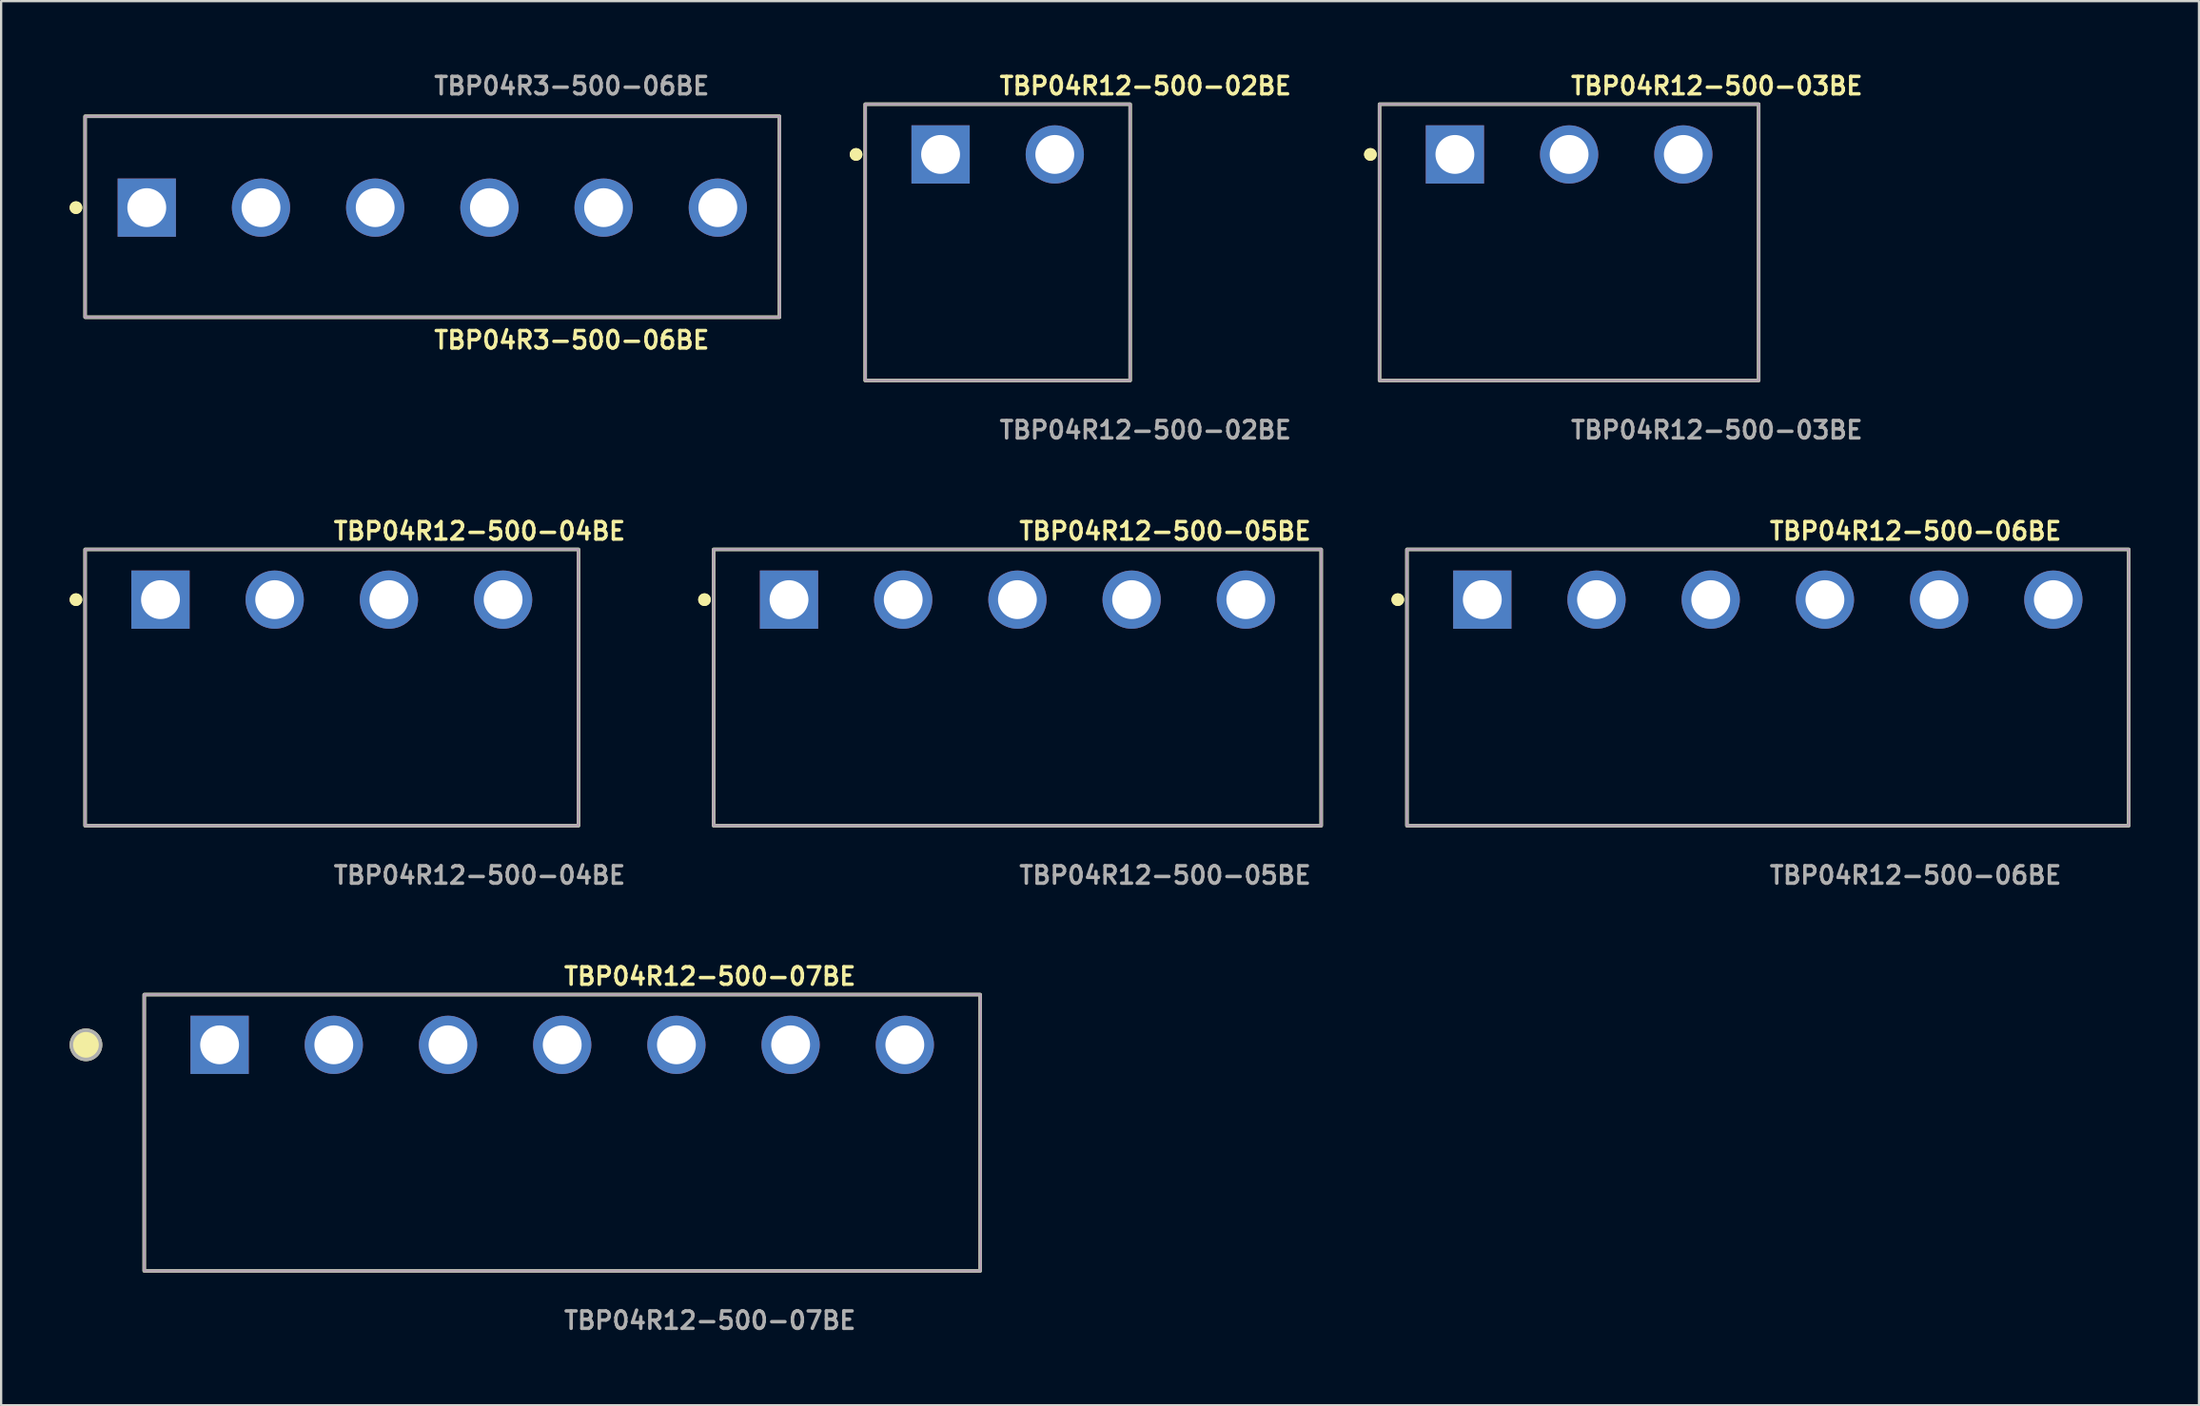
<source format=kicad_pcb>
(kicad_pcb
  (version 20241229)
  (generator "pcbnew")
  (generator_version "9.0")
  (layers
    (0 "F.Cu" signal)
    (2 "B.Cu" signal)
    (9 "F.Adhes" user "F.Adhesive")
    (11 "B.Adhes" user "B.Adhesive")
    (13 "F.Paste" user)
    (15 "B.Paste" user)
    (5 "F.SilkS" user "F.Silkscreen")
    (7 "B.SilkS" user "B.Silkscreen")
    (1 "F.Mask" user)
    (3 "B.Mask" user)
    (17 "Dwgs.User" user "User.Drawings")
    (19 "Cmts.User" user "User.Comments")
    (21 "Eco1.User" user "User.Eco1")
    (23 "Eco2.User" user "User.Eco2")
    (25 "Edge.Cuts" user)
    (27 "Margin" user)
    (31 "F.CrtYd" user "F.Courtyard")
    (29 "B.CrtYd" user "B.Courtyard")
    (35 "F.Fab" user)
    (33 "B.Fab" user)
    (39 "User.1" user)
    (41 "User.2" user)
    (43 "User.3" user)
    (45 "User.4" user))
  (footprint "TBP04R12-500-07BE"
    (layer "F.Cu")
    (at 21.564 42.706)
    (property "Reference" "TBP04R12-500-07BE" (at 0 -3 0) (unlocked yes) (layer "F.SilkS") (effects (font (size 0.762 0.762) (thickness 0.152)) (justify left)))
    (fp_rect (start -18.3 9.9) (end 18.3 -2.2) (stroke (width 0.152) (type solid)) (fill no) (layer "F.SilkS"))
    (fp_circle (center -20.85 0) (end -21.488 0) (stroke (width 0.152) (type solid)) (fill yes) (layer "F.SilkS"))
    (fp_rect (start -18.3 9.9) (end 18.3 -2.2) (stroke (width 0.006) (type solid)) (fill no) (layer "F.CrtYd"))
    (fp_rect (start -18.3 9.9) (end 18.3 -2.2) (stroke (width 0.152) (type solid)) (fill no) (layer "F.Fab"))
    (fp_circle (center -20.85 0) (end -21.488 0) (stroke (width 0.152) (type solid)) (fill no) (layer "F.Fab"))
    (fp_text user "${REFERENCE}" (at 0 12.07 0) (unlocked yes) (layer "F.Fab") (effects (font (size 0.762 0.762) (thickness 0.152)) (justify left)))
    (pad "1" thru_hole rect (at -15 0) (size 2.55 2.55) (drill 1.7) (layers "*.Cu" "*.Mask"))
    (pad "2" thru_hole circle (at -10 0) (size 2.55 2.55) (drill 1.7) (layers "*.Cu" "*.Mask"))
    (pad "3" thru_hole circle (at -5 0) (size 2.55 2.55) (drill 1.7) (layers "*.Cu" "*.Mask"))
    (pad "4" thru_hole circle (at 0 0) (size 2.55 2.55) (drill 1.7) (layers "*.Cu" "*.Mask"))
    (pad "5" thru_hole circle (at 5 0) (size 2.55 2.55) (drill 1.7) (layers "*.Cu" "*.Mask"))
    (pad "6" thru_hole circle (at 10 0) (size 2.55 2.55) (drill 1.7) (layers "*.Cu" "*.Mask"))
    (pad "7" thru_hole circle (at 15 0) (size 2.55 2.55) (drill 1.7) (layers "*.Cu" "*.Mask")))
  (footprint "TBP04R12-500-04BE"
    (layer "F.Cu")
    (at 11.476 23.21)
    (property "Reference" "TBP04R12-500-04BE" (at 0 -3 0) (unlocked yes) (layer "F.SilkS") (effects (font (size 0.762 0.762) (thickness 0.152)) (justify left)))
    (fp_rect (start -10.8 9.9) (end 10.8 -2.2) (stroke (width 0.152) (type solid)) (fill no) (layer "F.SilkS"))
    (fp_circle (center -11.2 0) (end -11.4 0) (stroke (width 0.152) (type solid)) (fill yes) (layer "F.SilkS"))
    (fp_circle (center -11.2 0) (end -11.4 0) (stroke (width 0.152) (type solid)) (fill yes) (layer "F.SilkS"))
    (fp_rect (start -10.8 9.9) (end 10.8 -2.2) (stroke (width 0.006) (type solid)) (fill no) (layer "F.CrtYd"))
    (fp_rect (start -10.8 9.9) (end 10.8 -2.2) (stroke (width 0.152) (type solid)) (fill no) (layer "F.Fab"))
    (fp_text user "${REFERENCE}" (at 0 12.07 0) (unlocked yes) (layer "F.Fab") (effects (font (size 0.762 0.762) (thickness 0.152)) (justify left)))
    (pad "1" thru_hole rect (at -7.5 0) (size 2.55 2.55) (drill 1.7) (layers "*.Cu" "*.Mask"))
    (pad "2" thru_hole circle (at -2.5 0) (size 2.55 2.55) (drill 1.7) (layers "*.Cu" "*.Mask"))
    (pad "3" thru_hole circle (at 2.5 0) (size 2.55 2.55) (drill 1.7) (layers "*.Cu" "*.Mask"))
    (pad "4" thru_hole circle (at 7.5 0) (size 2.55 2.55) (drill 1.7) (layers "*.Cu" "*.Mask")))
  (footprint "TBP04R12-500-06BE"
    (layer "F.Cu")
    (at 74.346 23.21)
    (property "Reference" "TBP04R12-500-06BE" (at 0 -3 0) (unlocked yes) (layer "F.SilkS") (effects (font (size 0.762 0.762) (thickness 0.152)) (justify left)))
    (fp_rect (start -15.8 9.9) (end 15.8 -2.2) (stroke (width 0.152) (type solid)) (fill no) (layer "F.SilkS"))
    (fp_circle (center -16.2 0) (end -16.4 0) (stroke (width 0.152) (type solid)) (fill yes) (layer "F.SilkS"))
    (fp_circle (center -16.2 0) (end -16.4 0) (stroke (width 0.152) (type solid)) (fill yes) (layer "F.SilkS"))
    (fp_rect (start -15.8 9.9) (end 15.8 -2.2) (stroke (width 0.006) (type solid)) (fill no) (layer "F.CrtYd"))
    (fp_rect (start -15.8 9.9) (end 15.8 -2.2) (stroke (width 0.152) (type solid)) (fill no) (layer "F.Fab"))
    (fp_text user "${REFERENCE}" (at 0 12.07 0) (unlocked yes) (layer "F.Fab") (effects (font (size 0.762 0.762) (thickness 0.152)) (justify left)))
    (pad "1" thru_hole rect (at -12.5 0) (size 2.55 2.55) (drill 1.7) (layers "*.Cu" "*.Mask"))
    (pad "2" thru_hole circle (at -7.5 0) (size 2.55 2.55) (drill 1.7) (layers "*.Cu" "*.Mask"))
    (pad "3" thru_hole circle (at -2.5 0) (size 2.55 2.55) (drill 1.7) (layers "*.Cu" "*.Mask"))
    (pad "4" thru_hole circle (at 2.5 0) (size 2.55 2.55) (drill 1.7) (layers "*.Cu" "*.Mask"))
    (pad "5" thru_hole circle (at 7.5 0) (size 2.55 2.55) (drill 1.7) (layers "*.Cu" "*.Mask"))
    (pad "6" thru_hole circle (at 12.5 0) (size 2.55 2.55) (drill 1.7) (layers "*.Cu" "*.Mask")))
  (footprint "TBP04R12-500-05BE"
    (layer "F.Cu")
    (at 41.493 23.21)
    (property "Reference" "TBP04R12-500-05BE" (at 0 -3 0) (unlocked yes) (layer "F.SilkS") (effects (font (size 0.762 0.762) (thickness 0.152)) (justify left)))
    (fp_rect (start -13.3 9.9) (end 13.3 -2.2) (stroke (width 0.152) (type solid)) (fill no) (layer "F.SilkS"))
    (fp_circle (center -13.7 0) (end -13.9 0) (stroke (width 0.152) (type solid)) (fill yes) (layer "F.SilkS"))
    (fp_circle (center -13.7 0) (end -13.9 0) (stroke (width 0.152) (type solid)) (fill yes) (layer "F.SilkS"))
    (fp_rect (start -13.3 9.9) (end 13.3 -2.2) (stroke (width 0.006) (type solid)) (fill no) (layer "F.CrtYd"))
    (fp_rect (start -13.3 9.9) (end 13.3 -2.2) (stroke (width 0.152) (type solid)) (fill no) (layer "F.Fab"))
    (fp_text user "${REFERENCE}" (at 0 12.07 0) (unlocked yes) (layer "F.Fab") (effects (font (size 0.762 0.762) (thickness 0.152)) (justify left)))
    (pad "1" thru_hole rect (at -10 0) (size 2.55 2.55) (drill 1.7) (layers "*.Cu" "*.Mask"))
    (pad "2" thru_hole circle (at -5 0) (size 2.55 2.55) (drill 1.7) (layers "*.Cu" "*.Mask"))
    (pad "3" thru_hole circle (at 0 0) (size 2.55 2.55) (drill 1.7) (layers "*.Cu" "*.Mask"))
    (pad "4" thru_hole circle (at 5 0) (size 2.55 2.55) (drill 1.7) (layers "*.Cu" "*.Mask"))
    (pad "5" thru_hole circle (at 10 0) (size 2.55 2.55) (drill 1.7) (layers "*.Cu" "*.Mask")))
  (footprint "TBP04R12-500-02BE"
    (layer "F.Cu")
    (at 40.629 3.713)
    (property "Reference" "TBP04R12-500-02BE" (at 0 -3 0) (unlocked yes) (layer "F.SilkS") (effects (font (size 0.762 0.762) (thickness 0.152)) (justify left)))
    (fp_rect (start -5.8 9.9) (end 5.8 -2.2) (stroke (width 0.152) (type solid)) (fill no) (layer "F.SilkS"))
    (fp_circle (center -6.2 0) (end -6.4 0) (stroke (width 0.152) (type solid)) (fill yes) (layer "F.SilkS"))
    (fp_circle (center -6.2 0) (end -6.4 0) (stroke (width 0.152) (type solid)) (fill yes) (layer "F.SilkS"))
    (fp_rect (start -5.8 9.9) (end 5.8 -2.2) (stroke (width 0.006) (type solid)) (fill no) (layer "F.CrtYd"))
    (fp_rect (start -5.8 9.9) (end 5.8 -2.2) (stroke (width 0.152) (type solid)) (fill no) (layer "F.Fab"))
    (fp_text user "${REFERENCE}" (at 0 12.07 0) (unlocked yes) (layer "F.Fab") (effects (font (size 0.762 0.762) (thickness 0.152)) (justify left)))
    (pad "1" thru_hole rect (at -2.5 0) (size 2.55 2.55) (drill 1.7) (layers "*.Cu" "*.Mask"))
    (pad "2" thru_hole circle (at 2.5 0) (size 2.55 2.55) (drill 1.7) (layers "*.Cu" "*.Mask")))
  (footprint "TBP04R12-500-03BE"
    (layer "F.Cu")
    (at 65.646 3.713)
    (property "Reference" "TBP04R12-500-03BE" (at 0 -3 0) (unlocked yes) (layer "F.SilkS") (effects (font (size 0.762 0.762) (thickness 0.152)) (justify left)))
    (fp_rect (start -8.3 9.9) (end 8.3 -2.2) (stroke (width 0.152) (type solid)) (fill no) (layer "F.SilkS"))
    (fp_circle (center -8.7 0) (end -8.9 0) (stroke (width 0.152) (type solid)) (fill yes) (layer "F.SilkS"))
    (fp_circle (center -8.7 0) (end -8.9 0) (stroke (width 0.152) (type solid)) (fill yes) (layer "F.SilkS"))
    (fp_rect (start -8.3 9.9) (end 8.3 -2.2) (stroke (width 0.006) (type solid)) (fill no) (layer "F.CrtYd"))
    (fp_rect (start -8.3 9.9) (end 8.3 -2.2) (stroke (width 0.152) (type solid)) (fill no) (layer "F.Fab"))
    (fp_text user "${REFERENCE}" (at 0 12.07 0) (unlocked yes) (layer "F.Fab") (effects (font (size 0.762 0.762) (thickness 0.152)) (justify left)))
    (pad "1" thru_hole rect (at -5 0) (size 2.55 2.55) (drill 1.7) (layers "*.Cu" "*.Mask"))
    (pad "2" thru_hole circle (at 0 0) (size 2.55 2.55) (drill 1.7) (layers "*.Cu" "*.Mask"))
    (pad "3" thru_hole circle (at 5 0) (size 2.55 2.55) (drill 1.7) (layers "*.Cu" "*.Mask")))
  (footprint "TBP04R3-500-06BE"
    (layer "F.Cu")
    (at 15.876 6.043)
    (property "Reference" "TBP04R3-500-06BE" (at 0 5.8 0) (unlocked yes) (layer "F.SilkS") (effects (font (size 0.762 0.762) (thickness 0.152)) (justify left)))
    (fp_rect (start -15.2 4.8) (end 15.2 -4) (stroke (width 0.152) (type solid)) (fill no) (layer "F.SilkS"))
    (fp_circle (center -15.6 0) (end -15.8 0) (stroke (width 0.152) (type solid)) (fill yes) (layer "F.SilkS"))
    (fp_circle (center -15.6 0) (end -15.8 0) (stroke (width 0.152) (type solid)) (fill yes) (layer "F.SilkS"))
    (fp_rect (start -15.2 4.8) (end 15.2 -4) (stroke (width 0.006) (type solid)) (fill no) (layer "F.CrtYd"))
    (fp_rect (start -15.2 4.8) (end 15.2 -4) (stroke (width 0.152) (type solid)) (fill no) (layer "F.Fab"))
    (fp_text user "${REFERENCE}" (at 0 -5.33 0) (unlocked yes) (layer "F.Fab") (effects (font (size 0.762 0.762) (thickness 0.152)) (justify left)))
    (pad "1" thru_hole rect (at -12.5 0) (size 2.55 2.55) (drill 1.7) (layers "*.Cu" "*.Mask"))
    (pad "2" thru_hole circle (at -7.5 0) (size 2.55 2.55) (drill 1.7) (layers "*.Cu" "*.Mask"))
    (pad "3" thru_hole circle (at -2.5 0) (size 2.55 2.55) (drill 1.7) (layers "*.Cu" "*.Mask"))
    (pad "4" thru_hole circle (at 2.5 0) (size 2.55 2.55) (drill 1.7) (layers "*.Cu" "*.Mask"))
    (pad "5" thru_hole circle (at 7.5 0) (size 2.55 2.55) (drill 1.7) (layers "*.Cu" "*.Mask"))
    (pad "6" thru_hole circle (at 12.5 0) (size 2.55 2.55) (drill 1.7) (layers "*.Cu" "*.Mask")))
  (gr_rect
    (start -3 -3)
    (end 93.222 58.489)
    (stroke (width 0.1) (type default))
    (fill no)
    (layer "Edge.Cuts")))
</source>
